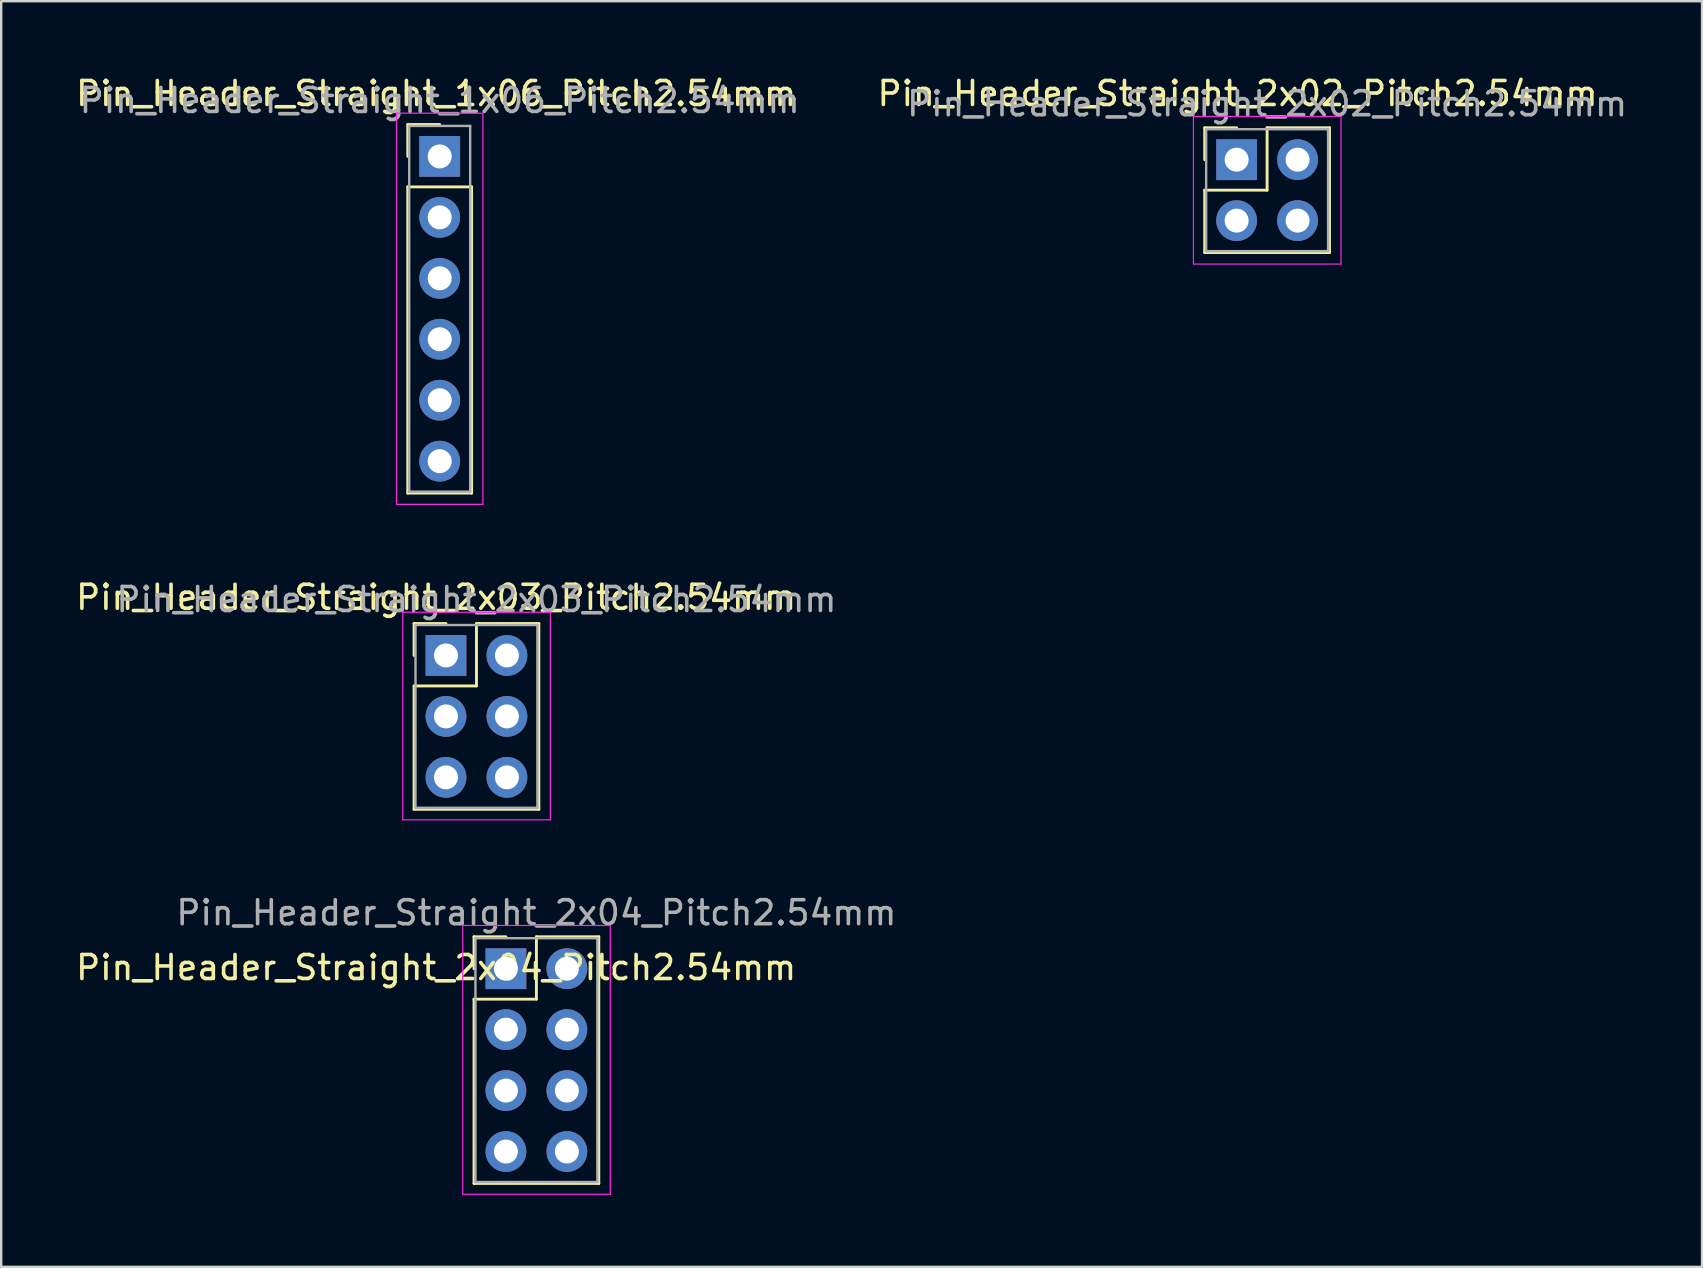
<source format=kicad_pcb>
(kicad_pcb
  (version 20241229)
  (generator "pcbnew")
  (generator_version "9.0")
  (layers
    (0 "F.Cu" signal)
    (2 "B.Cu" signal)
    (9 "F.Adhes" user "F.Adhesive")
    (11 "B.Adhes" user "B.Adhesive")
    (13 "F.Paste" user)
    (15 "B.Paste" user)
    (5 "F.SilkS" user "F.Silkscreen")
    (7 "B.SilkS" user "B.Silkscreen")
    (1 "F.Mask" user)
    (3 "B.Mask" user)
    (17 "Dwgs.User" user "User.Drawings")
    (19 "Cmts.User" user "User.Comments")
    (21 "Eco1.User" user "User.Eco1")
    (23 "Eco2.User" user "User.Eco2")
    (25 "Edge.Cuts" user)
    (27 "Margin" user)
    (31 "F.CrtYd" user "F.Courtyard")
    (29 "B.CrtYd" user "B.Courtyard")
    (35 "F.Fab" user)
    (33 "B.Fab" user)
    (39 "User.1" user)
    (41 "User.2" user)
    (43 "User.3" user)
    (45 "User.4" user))
  (footprint "Pin_Header_Straight_2x04_Pitch2.54mm"
    (layer "F.Cu")
    (at 18.033 37.317)
    (property "Reference" "Pin_Header_Straight_2x04_Pitch2.54mm" (at -2.908 -0.046 0) (layer "F.SilkS") (effects (font (size 1 1) (thickness 0.15))))
    (attr through_hole)
    (fp_line (start -1.33 -1.33) (end 0 -1.33) (stroke (width 0.12) (type solid)) (layer "F.SilkS"))
    (fp_line (start -1.33 0) (end -1.33 -1.33) (stroke (width 0.12) (type solid)) (layer "F.SilkS"))
    (fp_line (start -1.33 1.27) (end -1.33 8.95) (stroke (width 0.12) (type solid)) (layer "F.SilkS"))
    (fp_line (start -1.33 8.95) (end 3.87 8.95) (stroke (width 0.12) (type solid)) (layer "F.SilkS"))
    (fp_line (start 1.27 -1.33) (end 1.27 1.27) (stroke (width 0.12) (type solid)) (layer "F.SilkS"))
    (fp_line (start 1.27 1.27) (end -1.33 1.27) (stroke (width 0.12) (type solid)) (layer "F.SilkS"))
    (fp_line (start 3.87 -1.33) (end 1.27 -1.33) (stroke (width 0.12) (type solid)) (layer "F.SilkS"))
    (fp_line (start 3.87 8.95) (end 3.87 -1.33) (stroke (width 0.12) (type solid)) (layer "F.SilkS"))
    (fp_line (start -1.8 -1.8) (end -1.8 9.4) (stroke (width 0.05) (type solid)) (layer "F.CrtYd"))
    (fp_line (start -1.8 9.4) (end 4.35 9.4) (stroke (width 0.05) (type solid)) (layer "F.CrtYd"))
    (fp_line (start 4.35 -1.8) (end -1.8 -1.8) (stroke (width 0.05) (type solid)) (layer "F.CrtYd"))
    (fp_line (start 4.35 9.4) (end 4.35 -1.8) (stroke (width 0.05) (type solid)) (layer "F.CrtYd"))
    (fp_line (start -1.27 -1.27) (end -1.27 8.89) (stroke (width 0.1) (type solid)) (layer "F.Fab"))
    (fp_line (start -1.27 8.89) (end 3.81 8.89) (stroke (width 0.1) (type solid)) (layer "F.Fab"))
    (fp_line (start 3.81 -1.27) (end -1.27 -1.27) (stroke (width 0.1) (type solid)) (layer "F.Fab"))
    (fp_line (start 3.81 8.89) (end 3.81 -1.27) (stroke (width 0.1) (type solid)) (layer "F.Fab"))
    (fp_text user "${REFERENCE}" (at 1.27 -2.33 0) (layer "F.Fab") (effects (font (size 1 1) (thickness 0.15))))
    (pad "1" thru_hole rect (at 0 0) (size 1.7 1.7) (drill 1) (layers "*.Cu" "*.Mask"))
    (pad "2" thru_hole oval (at 2.54 0) (size 1.7 1.7) (drill 1) (layers "*.Cu" "*.Mask"))
    (pad "3" thru_hole oval (at 0 2.54) (size 1.7 1.7) (drill 1) (layers "*.Cu" "*.Mask"))
    (pad "4" thru_hole oval (at 2.54 2.54) (size 1.7 1.7) (drill 1) (layers "*.Cu" "*.Mask"))
    (pad "5" thru_hole oval (at 0 5.08) (size 1.7 1.7) (drill 1) (layers "*.Cu" "*.Mask"))
    (pad "6" thru_hole oval (at 2.54 5.08) (size 1.7 1.7) (drill 1) (layers "*.Cu" "*.Mask"))
    (pad "7" thru_hole oval (at 0 7.62) (size 1.7 1.7) (drill 1) (layers "*.Cu" "*.Mask"))
    (pad "8" thru_hole oval (at 2.54 7.62) (size 1.7 1.7) (drill 1) (layers "*.Cu" "*.Mask")))
  (footprint "Pin_Header_Straight_2x03_Pitch2.54mm"
    (layer "F.Cu")
    (at 15.535 24.264)
    (property "Reference" "Pin_Header_Straight_2x03_Pitch2.54mm" (at -0.41 -2.422 0) (layer "F.SilkS") (effects (font (size 1 1) (thickness 0.15))))
    (attr through_hole)
    (fp_line (start -1.33 -1.33) (end 0 -1.33) (stroke (width 0.12) (type solid)) (layer "F.SilkS"))
    (fp_line (start -1.33 0) (end -1.33 -1.33) (stroke (width 0.12) (type solid)) (layer "F.SilkS"))
    (fp_line (start -1.33 1.27) (end -1.33 6.41) (stroke (width 0.12) (type solid)) (layer "F.SilkS"))
    (fp_line (start -1.33 6.41) (end 3.87 6.41) (stroke (width 0.12) (type solid)) (layer "F.SilkS"))
    (fp_line (start 1.27 -1.33) (end 1.27 1.27) (stroke (width 0.12) (type solid)) (layer "F.SilkS"))
    (fp_line (start 1.27 1.27) (end -1.33 1.27) (stroke (width 0.12) (type solid)) (layer "F.SilkS"))
    (fp_line (start 3.87 -1.33) (end 1.27 -1.33) (stroke (width 0.12) (type solid)) (layer "F.SilkS"))
    (fp_line (start 3.87 6.41) (end 3.87 -1.33) (stroke (width 0.12) (type solid)) (layer "F.SilkS"))
    (fp_line (start -1.8 -1.8) (end -1.8 6.85) (stroke (width 0.05) (type solid)) (layer "F.CrtYd"))
    (fp_line (start -1.8 6.85) (end 4.35 6.85) (stroke (width 0.05) (type solid)) (layer "F.CrtYd"))
    (fp_line (start 4.35 -1.8) (end -1.8 -1.8) (stroke (width 0.05) (type solid)) (layer "F.CrtYd"))
    (fp_line (start 4.35 6.85) (end 4.35 -1.8) (stroke (width 0.05) (type solid)) (layer "F.CrtYd"))
    (fp_line (start -1.27 -1.27) (end -1.27 6.35) (stroke (width 0.1) (type solid)) (layer "F.Fab"))
    (fp_line (start -1.27 6.35) (end 3.81 6.35) (stroke (width 0.1) (type solid)) (layer "F.Fab"))
    (fp_line (start 3.81 -1.27) (end -1.27 -1.27) (stroke (width 0.1) (type solid)) (layer "F.Fab"))
    (fp_line (start 3.81 6.35) (end 3.81 -1.27) (stroke (width 0.1) (type solid)) (layer "F.Fab"))
    (fp_text user "${REFERENCE}" (at 1.27 -2.33 0) (layer "F.Fab") (effects (font (size 1 1) (thickness 0.15))))
    (pad "1" thru_hole rect (at 0 0) (size 1.7 1.7) (drill 1) (layers "*.Cu" "*.Mask"))
    (pad "2" thru_hole oval (at 2.54 0) (size 1.7 1.7) (drill 1) (layers "*.Cu" "*.Mask"))
    (pad "3" thru_hole oval (at 0 2.54) (size 1.7 1.7) (drill 1) (layers "*.Cu" "*.Mask"))
    (pad "4" thru_hole oval (at 2.54 2.54) (size 1.7 1.7) (drill 1) (layers "*.Cu" "*.Mask"))
    (pad "5" thru_hole oval (at 0 5.08) (size 1.7 1.7) (drill 1) (layers "*.Cu" "*.Mask"))
    (pad "6" thru_hole oval (at 2.54 5.08) (size 1.7 1.7) (drill 1) (layers "*.Cu" "*.Mask")))
  (footprint "Pin_Header_Straight_2x02_Pitch2.54mm"
    (layer "F.Cu")
    (at 48.483 3.604)
    (property "Reference" "Pin_Header_Straight_2x02_Pitch2.54mm" (at 0.04 -2.756 0) (layer "F.SilkS") (effects (font (size 1 1) (thickness 0.15))))
    (attr through_hole)
    (fp_line (start -1.33 -1.33) (end 0 -1.33) (stroke (width 0.12) (type solid)) (layer "F.SilkS"))
    (fp_line (start -1.33 0) (end -1.33 -1.33) (stroke (width 0.12) (type solid)) (layer "F.SilkS"))
    (fp_line (start -1.33 1.27) (end -1.33 3.87) (stroke (width 0.12) (type solid)) (layer "F.SilkS"))
    (fp_line (start -1.33 3.87) (end 3.87 3.87) (stroke (width 0.12) (type solid)) (layer "F.SilkS"))
    (fp_line (start 1.27 -1.33) (end 1.27 1.27) (stroke (width 0.12) (type solid)) (layer "F.SilkS"))
    (fp_line (start 1.27 1.27) (end -1.33 1.27) (stroke (width 0.12) (type solid)) (layer "F.SilkS"))
    (fp_line (start 3.87 -1.33) (end 1.27 -1.33) (stroke (width 0.12) (type solid)) (layer "F.SilkS"))
    (fp_line (start 3.87 3.87) (end 3.87 -1.33) (stroke (width 0.12) (type solid)) (layer "F.SilkS"))
    (fp_line (start -1.8 -1.8) (end -1.8 4.35) (stroke (width 0.05) (type solid)) (layer "F.CrtYd"))
    (fp_line (start -1.8 4.35) (end 4.35 4.35) (stroke (width 0.05) (type solid)) (layer "F.CrtYd"))
    (fp_line (start 4.35 -1.8) (end -1.8 -1.8) (stroke (width 0.05) (type solid)) (layer "F.CrtYd"))
    (fp_line (start 4.35 4.35) (end 4.35 -1.8) (stroke (width 0.05) (type solid)) (layer "F.CrtYd"))
    (fp_line (start -1.27 -1.27) (end -1.27 3.81) (stroke (width 0.1) (type solid)) (layer "F.Fab"))
    (fp_line (start -1.27 3.81) (end 3.81 3.81) (stroke (width 0.1) (type solid)) (layer "F.Fab"))
    (fp_line (start 3.81 -1.27) (end -1.27 -1.27) (stroke (width 0.1) (type solid)) (layer "F.Fab"))
    (fp_line (start 3.81 3.81) (end 3.81 -1.27) (stroke (width 0.1) (type solid)) (layer "F.Fab"))
    (fp_text user "${REFERENCE}" (at 1.27 -2.33 0) (layer "F.Fab") (effects (font (size 1 1) (thickness 0.15))))
    (pad "1" thru_hole rect (at 0 0) (size 1.7 1.7) (drill 1) (layers "*.Cu" "*.Mask"))
    (pad "2" thru_hole oval (at 2.54 0) (size 1.7 1.7) (drill 1) (layers "*.Cu" "*.Mask"))
    (pad "3" thru_hole oval (at 0 2.54) (size 1.7 1.7) (drill 1) (layers "*.Cu" "*.Mask"))
    (pad "4" thru_hole oval (at 2.54 2.54) (size 1.7 1.7) (drill 1) (layers "*.Cu" "*.Mask")))
  (footprint "Pin_Header_Straight_1x06_Pitch2.54mm"
    (layer "F.Cu")
    (at 15.273 3.468)
    (property "Reference" "Pin_Header_Straight_1x06_Pitch2.54mm" (at -0.148 -2.62 0) (layer "F.SilkS") (effects (font (size 1 1) (thickness 0.15))))
    (attr through_hole)
    (fp_line (start -1.33 -1.33) (end 0 -1.33) (stroke (width 0.12) (type solid)) (layer "F.SilkS"))
    (fp_line (start -1.33 0) (end -1.33 -1.33) (stroke (width 0.12) (type solid)) (layer "F.SilkS"))
    (fp_line (start -1.33 1.27) (end -1.33 14.03) (stroke (width 0.12) (type solid)) (layer "F.SilkS"))
    (fp_line (start -1.33 14.03) (end 1.33 14.03) (stroke (width 0.12) (type solid)) (layer "F.SilkS"))
    (fp_line (start 1.33 1.27) (end -1.33 1.27) (stroke (width 0.12) (type solid)) (layer "F.SilkS"))
    (fp_line (start 1.33 14.03) (end 1.33 1.27) (stroke (width 0.12) (type solid)) (layer "F.SilkS"))
    (fp_line (start -1.8 -1.8) (end -1.8 14.5) (stroke (width 0.05) (type solid)) (layer "F.CrtYd"))
    (fp_line (start -1.8 14.5) (end 1.8 14.5) (stroke (width 0.05) (type solid)) (layer "F.CrtYd"))
    (fp_line (start 1.8 -1.8) (end -1.8 -1.8) (stroke (width 0.05) (type solid)) (layer "F.CrtYd"))
    (fp_line (start 1.8 14.5) (end 1.8 -1.8) (stroke (width 0.05) (type solid)) (layer "F.CrtYd"))
    (fp_line (start -1.27 -1.27) (end -1.27 13.97) (stroke (width 0.1) (type solid)) (layer "F.Fab"))
    (fp_line (start -1.27 13.97) (end 1.27 13.97) (stroke (width 0.1) (type solid)) (layer "F.Fab"))
    (fp_line (start 1.27 -1.27) (end -1.27 -1.27) (stroke (width 0.1) (type solid)) (layer "F.Fab"))
    (fp_line (start 1.27 13.97) (end 1.27 -1.27) (stroke (width 0.1) (type solid)) (layer "F.Fab"))
    (fp_text user "${REFERENCE}" (at 0 -2.33 0) (layer "F.Fab") (effects (font (size 1 1) (thickness 0.15))))
    (pad "1" thru_hole rect (at 0 0) (size 1.7 1.7) (drill 1) (layers "*.Cu" "*.Mask"))
    (pad "2" thru_hole oval (at 0 2.54) (size 1.7 1.7) (drill 1) (layers "*.Cu" "*.Mask"))
    (pad "3" thru_hole oval (at 0 5.08) (size 1.7 1.7) (drill 1) (layers "*.Cu" "*.Mask"))
    (pad "4" thru_hole oval (at 0 7.62) (size 1.7 1.7) (drill 1) (layers "*.Cu" "*.Mask"))
    (pad "5" thru_hole oval (at 0 10.16) (size 1.7 1.7) (drill 1) (layers "*.Cu" "*.Mask"))
    (pad "6" thru_hole oval (at 0 12.7) (size 1.7 1.7) (drill 1) (layers "*.Cu" "*.Mask")))
  (gr_rect
    (start -3 -3)
    (end 67.878 49.742)
    (stroke (width 0.1) (type default))
    (fill no)
    (layer "Edge.Cuts")))
</source>
